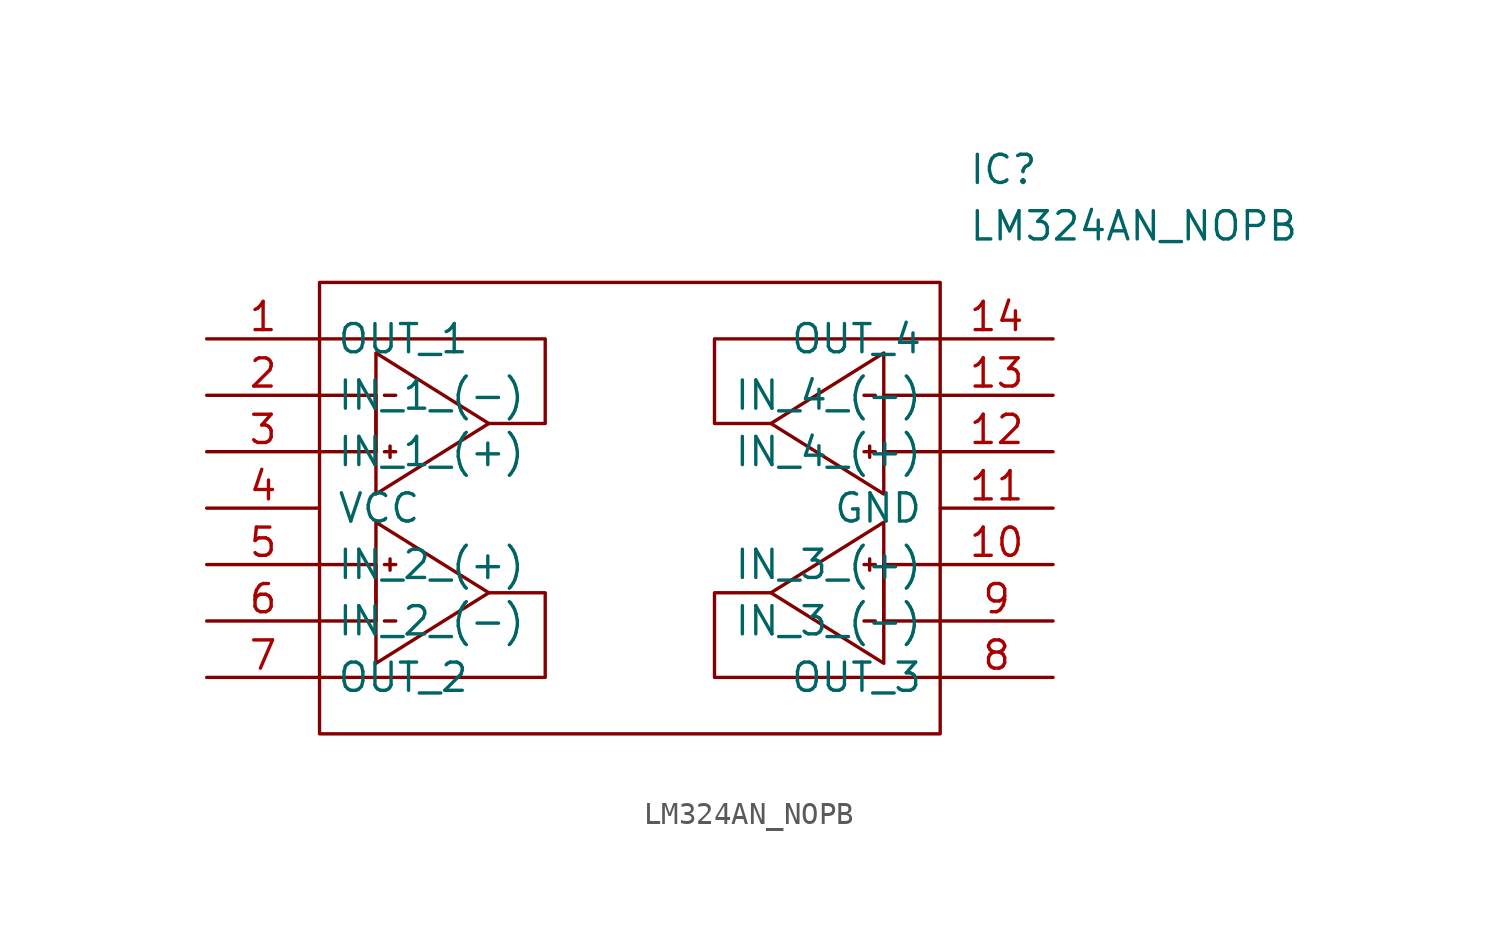
<source format=kicad_sym>
(kicad_symbol_lib
  (version 20211014)
  (generator kicad_symbol_editor)
  (symbol "LM324AN_NOPB"
    (pin_names
      (offset 0.762))
    (property "Reference" "IC"
      (at 15.24 15.24 0)
      (effects (font (size 1.27 1.27)) (justify left)))
    (property "Value" "LM324AN_NOPB"
      (at 15.24 12.7 0)
      (effects (font (size 1.27 1.27)) (justify left)))
    (symbol "LM324AN_NOPB_0_0"
      (pin output line (at -19.05 7.62 0) (length 5.08) (name "OUT_1" (effects (font (size 1.27 1.27)))) (number "1" (effects (font (size 1.27 1.27)))))
      (pin input line (at 19.05 -2.54 180) (length 5.08) (name "IN_3_(+)" (effects (font (size 1.27 1.27)))) (number "10" (effects (font (size 1.27 1.27)))))
      (pin power_in line (at 19.05 0 180) (length 5.08) (name "GND" (effects (font (size 1.27 1.27)))) (number "11" (effects (font (size 1.27 1.27)))))
      (pin input line (at 19.05 2.54 180) (length 5.08) (name "IN_4_(+)" (effects (font (size 1.27 1.27)))) (number "12" (effects (font (size 1.27 1.27)))))
      (pin input line (at 19.05 5.08 180) (length 5.08) (name "IN_4_(-)" (effects (font (size 1.27 1.27)))) (number "13" (effects (font (size 1.27 1.27)))))
      (pin output line (at 19.05 7.62 180) (length 5.08) (name "OUT_4" (effects (font (size 1.27 1.27)))) (number "14" (effects (font (size 1.27 1.27)))))
      (pin input line (at -19.05 5.08 0) (length 5.08) (name "IN_1_(-)" (effects (font (size 1.27 1.27)))) (number "2" (effects (font (size 1.27 1.27)))))
      (pin input line (at -19.05 2.54 0) (length 5.08) (name "IN_1_(+)" (effects (font (size 1.27 1.27)))) (number "3" (effects (font (size 1.27 1.27)))))
      (pin power_in line (at -19.05 0 0) (length 5.08) (name "VCC" (effects (font (size 1.27 1.27)))) (number "4" (effects (font (size 1.27 1.27)))))
      (pin input line (at -19.05 -2.54 0) (length 5.08) (name "IN_2_(+)" (effects (font (size 1.27 1.27)))) (number "5" (effects (font (size 1.27 1.27)))))
      (pin input line (at -19.05 -5.08 0) (length 5.08) (name "IN_2_(-)" (effects (font (size 1.27 1.27)))) (number "6" (effects (font (size 1.27 1.27)))))
      (pin output line (at -19.05 -7.62 0) (length 5.08) (name "OUT_2" (effects (font (size 1.27 1.27)))) (number "7" (effects (font (size 1.27 1.27)))))
      (pin output line (at 19.05 -7.62 180) (length 5.08) (name "OUT_3" (effects (font (size 1.27 1.27)))) (number "8" (effects (font (size 1.27 1.27)))))
      (pin input line (at 19.05 -5.08 180) (length 5.08) (name "IN_3_(-)" (effects (font (size 1.27 1.27)))) (number "9" (effects (font (size 1.27 1.27))))))
    (symbol "LM324AN_NOPB_0_1"
      (polyline (pts (xy -11.049 2.54) (xy -10.541 2.54)) (stroke (width 0) (type default) (color 0 0 0 0)) (fill (type none)))
      (polyline (pts (xy -10.795 2.794) (xy -10.795 2.286)) (stroke (width 0) (type default) (color 0 0 0 0)) (fill (type none)))
      (polyline (pts (xy -11.049 5.08) (xy -10.541 5.08) (xy -10.668 5.08)) (stroke (width 0) (type default) (color 0 0 0 0)) (fill (type none)))
      (polyline (pts (xy -13.97 5.08) (xy -11.43 5.08) (xy -11.43 2.54) (xy -13.97 2.54)) (stroke (width 0) (type default) (color 0 0 0 0)) (fill (type none)))
      (polyline (pts (xy -11.43 6.985) (xy -11.43 0.635) (xy -6.35 3.81) (xy -11.43 6.985)) (stroke (width 0) (type default) (color 0 0 0 0)) (fill (type none)))
      (polyline (pts (xy -6.35 3.81) (xy -3.81 3.81) (xy -3.81 7.62) (xy -13.97 7.62)) (stroke (width 0) (type default) (color 0 0 0 0)) (fill (type none)))
      (polyline (pts (xy -13.97 10.16) (xy 13.97 10.16) (xy 13.97 -10.16) (xy -13.97 -10.16) (xy -13.97 10.16)) (stroke (width 0.152) (type default) (color 0 0 0 0)) (fill (type none))))
    (symbol "LM324AN_NOPB_1_1"
      (polyline (pts (xy -11.049 -2.54) (xy -10.541 -2.54)) (stroke (width 0) (type default) (color 0 0 0 0)) (fill (type none)))
      (polyline (pts (xy -10.795 -2.794) (xy -10.795 -2.286)) (stroke (width 0) (type default) (color 0 0 0 0)) (fill (type none)))
      (polyline (pts (xy 10.795 -2.794) (xy 10.795 -2.286)) (stroke (width 0) (type default) (color 0 0 0 0)) (fill (type none)))
      (polyline (pts (xy 10.795 2.794) (xy 10.795 2.286)) (stroke (width 0) (type default) (color 0 0 0 0)) (fill (type none)))
      (polyline (pts (xy 11.049 -2.54) (xy 10.541 -2.54)) (stroke (width 0) (type default) (color 0 0 0 0)) (fill (type none)))
      (polyline (pts (xy 11.049 2.54) (xy 10.541 2.54)) (stroke (width 0) (type default) (color 0 0 0 0)) (fill (type none)))
      (polyline (pts (xy -11.049 -5.08) (xy -10.541 -5.08) (xy -10.668 -5.08)) (stroke (width 0) (type default) (color 0 0 0 0)) (fill (type none)))
      (polyline (pts (xy 11.049 -5.08) (xy 10.541 -5.08) (xy 10.668 -5.08)) (stroke (width 0) (type default) (color 0 0 0 0)) (fill (type none)))
      (polyline (pts (xy 11.049 5.08) (xy 10.541 5.08) (xy 10.668 5.08)) (stroke (width 0) (type default) (color 0 0 0 0)) (fill (type none)))
      (polyline (pts (xy -13.97 -5.08) (xy -11.43 -5.08) (xy -11.43 -2.54) (xy -13.97 -2.54)) (stroke (width 0) (type default) (color 0 0 0 0)) (fill (type none)))
      (polyline (pts (xy -11.43 -6.985) (xy -11.43 -0.635) (xy -6.35 -3.81) (xy -11.43 -6.985)) (stroke (width 0) (type default) (color 0 0 0 0)) (fill (type none)))
      (polyline (pts (xy -6.35 -3.81) (xy -3.81 -3.81) (xy -3.81 -7.62) (xy -13.97 -7.62)) (stroke (width 0) (type default) (color 0 0 0 0)) (fill (type none)))
      (polyline (pts (xy 6.35 -3.81) (xy 3.81 -3.81) (xy 3.81 -7.62) (xy 13.97 -7.62)) (stroke (width 0) (type default) (color 0 0 0 0)) (fill (type none)))
      (polyline (pts (xy 6.35 3.81) (xy 3.81 3.81) (xy 3.81 7.62) (xy 13.97 7.62)) (stroke (width 0) (type default) (color 0 0 0 0)) (fill (type none)))
      (polyline (pts (xy 11.43 -6.985) (xy 11.43 -0.635) (xy 6.35 -3.81) (xy 11.43 -6.985)) (stroke (width 0) (type default) (color 0 0 0 0)) (fill (type none)))
      (polyline (pts (xy 11.43 6.985) (xy 11.43 0.635) (xy 6.35 3.81) (xy 11.43 6.985)) (stroke (width 0) (type default) (color 0 0 0 0)) (fill (type none)))
      (polyline (pts (xy 13.97 -5.08) (xy 11.43 -5.08) (xy 11.43 -2.54) (xy 13.97 -2.54)) (stroke (width 0) (type default) (color 0 0 0 0)) (fill (type none)))
      (polyline (pts (xy 13.97 5.08) (xy 11.43 5.08) (xy 11.43 2.54) (xy 13.97 2.54)) (stroke (width 0) (type default) (color 0 0 0 0)) (fill (type none))))))
</source>
